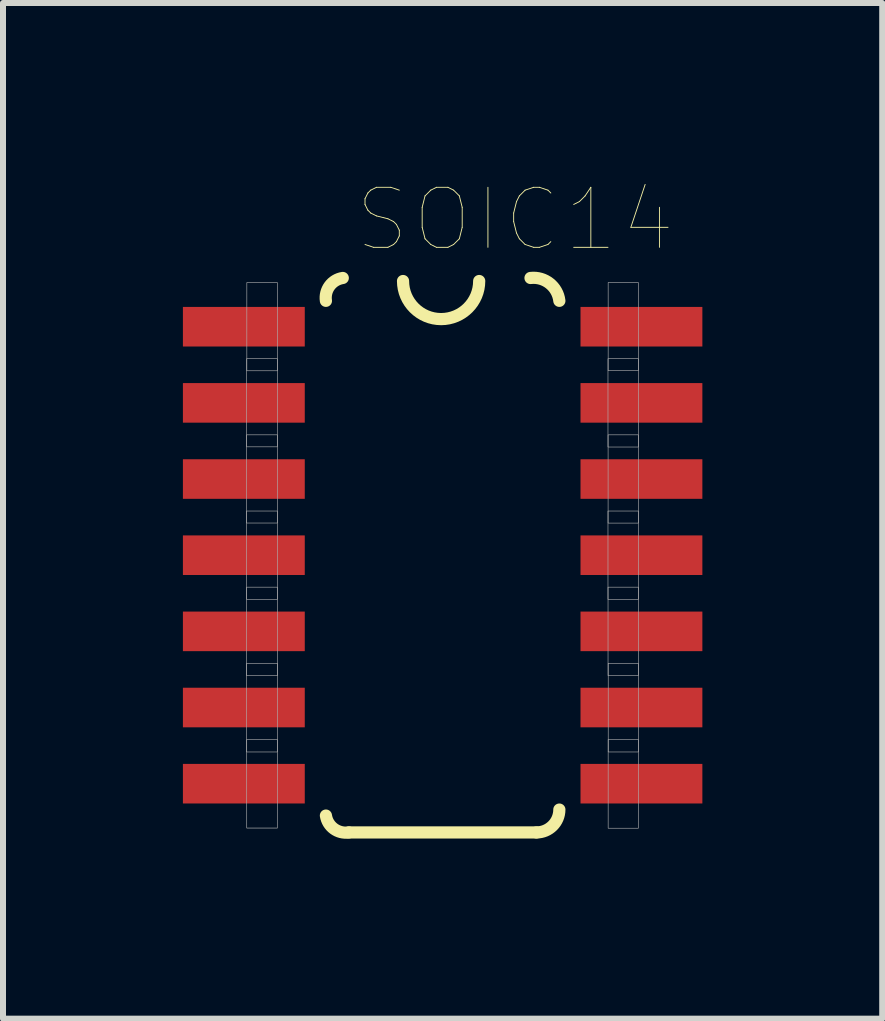
<source format=kicad_pcb>
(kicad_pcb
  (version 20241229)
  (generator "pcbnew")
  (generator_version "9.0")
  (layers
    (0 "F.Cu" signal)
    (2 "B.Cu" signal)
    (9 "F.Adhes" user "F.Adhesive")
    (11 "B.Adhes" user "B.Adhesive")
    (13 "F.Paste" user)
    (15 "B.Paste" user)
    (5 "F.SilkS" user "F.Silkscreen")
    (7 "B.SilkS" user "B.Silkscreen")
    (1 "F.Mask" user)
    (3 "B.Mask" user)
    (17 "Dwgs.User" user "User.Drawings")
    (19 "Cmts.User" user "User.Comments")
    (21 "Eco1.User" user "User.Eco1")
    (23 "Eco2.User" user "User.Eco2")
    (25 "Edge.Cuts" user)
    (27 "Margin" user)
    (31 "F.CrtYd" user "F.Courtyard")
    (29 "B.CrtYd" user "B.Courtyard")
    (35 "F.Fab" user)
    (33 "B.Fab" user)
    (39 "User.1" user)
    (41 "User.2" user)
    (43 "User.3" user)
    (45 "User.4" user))
  (footprint "SOIC14"
    (layer "F.Cu")
    (at 4.331 6.843)
    (property "Reference" "SOIC14" (at 1.208 -6.231 0) (layer "F.SilkS") (effects (font (size 1.001 1.001) (thickness 0.015))))
    (attr through_hole)
    (fp_line (start -1.565 3.988) (end 1.565 3.988) (stroke (width 0.203) (type solid)) (layer "F.SilkS"))
    (fp_arc (start -1.9463 -4.8768) (mid -1.884708 -5.125497) (end -1.6653 -5.2578) (stroke (width 0.2032) (type solid)) (layer "F.SilkS"))
    (fp_arc (start -1.5653 3.9878) (mid -1.813997 3.926208) (end -1.9463 3.7068) (stroke (width 0.2032) (type solid)) (layer "F.SilkS"))
    (fp_arc (start 0.6096 -5.207) (mid -0.0254 -4.572) (end -0.6604 -5.207) (stroke (width 0.2032) (type solid)) (layer "F.SilkS"))
    (fp_arc (start 1.4653 -5.2578) (mid 1.784731 -5.166948) (end 1.9463 -4.8768) (stroke (width 0.2032) (type solid)) (layer "F.SilkS"))
    (fp_arc (start 1.9463 3.6068) (mid 1.834737 3.876237) (end 1.5653 3.9878) (stroke (width 0.2032) (type solid)) (layer "F.SilkS"))
    (fp_poly (pts (xy -3.27 -2.642) (xy -2.756 -2.642) (xy -2.756 -1.171) (xy -3.27 -1.171)) (stroke (width 0.01) (type solid)) (fill no) (layer "F.Fab"))
    (fp_poly (pts (xy -3.27 -1.372) (xy -2.756 -1.372) (xy -2.756 0.102) (xy -3.27 0.102)) (stroke (width 0.01) (type solid)) (fill no) (layer "F.Fab"))
    (fp_poly (pts (xy -3.269 -0.102) (xy -2.756 -0.102) (xy -2.756 1.374) (xy -3.269 1.374)) (stroke (width 0.01) (type solid)) (fill no) (layer "F.Fab"))
    (fp_poly (pts (xy -3.269 1.168) (xy -2.756 1.168) (xy -2.756 2.646) (xy -3.269 2.646)) (stroke (width 0.01) (type solid)) (fill no) (layer "F.Fab"))
    (fp_poly (pts (xy -3.269 -3.912) (xy -2.756 -3.912) (xy -2.756 -2.442) (xy -3.269 -2.442)) (stroke (width 0.01) (type solid)) (fill no) (layer "F.Fab"))
    (fp_poly (pts (xy -3.267 2.438) (xy -2.756 2.438) (xy -2.756 3.915) (xy -3.267 3.915)) (stroke (width 0.01) (type solid)) (fill no) (layer "F.Fab"))
    (fp_poly (pts (xy -3.265 -5.182) (xy -2.756 -5.182) (xy -2.756 -3.71) (xy -3.265 -3.71)) (stroke (width 0.01) (type solid)) (fill no) (layer "F.Fab"))
    (fp_poly (pts (xy 2.757 -3.912) (xy 3.264 -3.912) (xy 3.264 -2.439) (xy 2.757 -2.439)) (stroke (width 0.01) (type solid)) (fill no) (layer "F.Fab"))
    (fp_poly (pts (xy 2.757 -1.372) (xy 3.264 -1.372) (xy 3.264 0.102) (xy 2.757 0.102)) (stroke (width 0.01) (type solid)) (fill no) (layer "F.Fab"))
    (fp_poly (pts (xy 2.758 -0.102) (xy 3.264 -0.102) (xy 3.264 1.373) (xy 2.758 1.373)) (stroke (width 0.01) (type solid)) (fill no) (layer "F.Fab"))
    (fp_poly (pts (xy 2.759 -2.642) (xy 3.264 -2.642) (xy 3.264 -1.17) (xy 2.759 -1.17)) (stroke (width 0.01) (type solid)) (fill no) (layer "F.Fab"))
    (fp_poly (pts (xy 2.76 -5.182) (xy 3.264 -5.182) (xy 3.264 -3.714) (xy 2.76 -3.714)) (stroke (width 0.01) (type solid)) (fill no) (layer "F.Fab"))
    (fp_poly (pts (xy 2.76 2.438) (xy 3.264 2.438) (xy 3.264 3.918) (xy 2.76 3.918)) (stroke (width 0.01) (type solid)) (fill no) (layer "F.Fab"))
    (fp_poly (pts (xy 2.761 1.168) (xy 3.264 1.168) (xy 3.264 2.646) (xy 2.761 2.646)) (stroke (width 0.01) (type solid)) (fill no) (layer "F.Fab"))
    (pad "1" smd rect (at -3.315 -4.445) (size 2.032 0.66) (layers "F.Cu" "F.Mask" "F.Paste"))
    (pad "2" smd rect (at -3.315 -3.175) (size 2.032 0.66) (layers "F.Cu" "F.Mask" "F.Paste"))
    (pad "3" smd rect (at -3.315 -1.905) (size 2.032 0.66) (layers "F.Cu" "F.Mask" "F.Paste"))
    (pad "4" smd rect (at -3.315 -0.635) (size 2.032 0.66) (layers "F.Cu" "F.Mask" "F.Paste"))
    (pad "5" smd rect (at -3.315 0.635) (size 2.032 0.66) (layers "F.Cu" "F.Mask" "F.Paste"))
    (pad "6" smd rect (at -3.315 1.905) (size 2.032 0.66) (layers "F.Cu" "F.Mask" "F.Paste"))
    (pad "7" smd rect (at -3.315 3.175) (size 2.032 0.66) (layers "F.Cu" "F.Mask" "F.Paste"))
    (pad "8" smd rect (at 3.315 3.175) (size 2.032 0.66) (layers "F.Cu" "F.Mask" "F.Paste"))
    (pad "9" smd rect (at 3.315 1.905) (size 2.032 0.66) (layers "F.Cu" "F.Mask" "F.Paste"))
    (pad "10" smd rect (at 3.315 0.635) (size 2.032 0.66) (layers "F.Cu" "F.Mask" "F.Paste"))
    (pad "11" smd rect (at 3.315 -0.635) (size 2.032 0.66) (layers "F.Cu" "F.Mask" "F.Paste"))
    (pad "12" smd rect (at 3.315 -1.905) (size 2.032 0.66) (layers "F.Cu" "F.Mask" "F.Paste"))
    (pad "13" smd rect (at 3.315 -3.175) (size 2.032 0.66) (layers "F.Cu" "F.Mask" "F.Paste"))
    (pad "14" smd rect (at 3.315 -4.445) (size 2.032 0.66) (layers "F.Cu" "F.Mask" "F.Paste")))
  (gr_rect
    (start -3 -3)
    (end 11.661 13.936)
    (stroke (width 0.1) (type default))
    (fill no)
    (layer "Edge.Cuts")))
</source>
